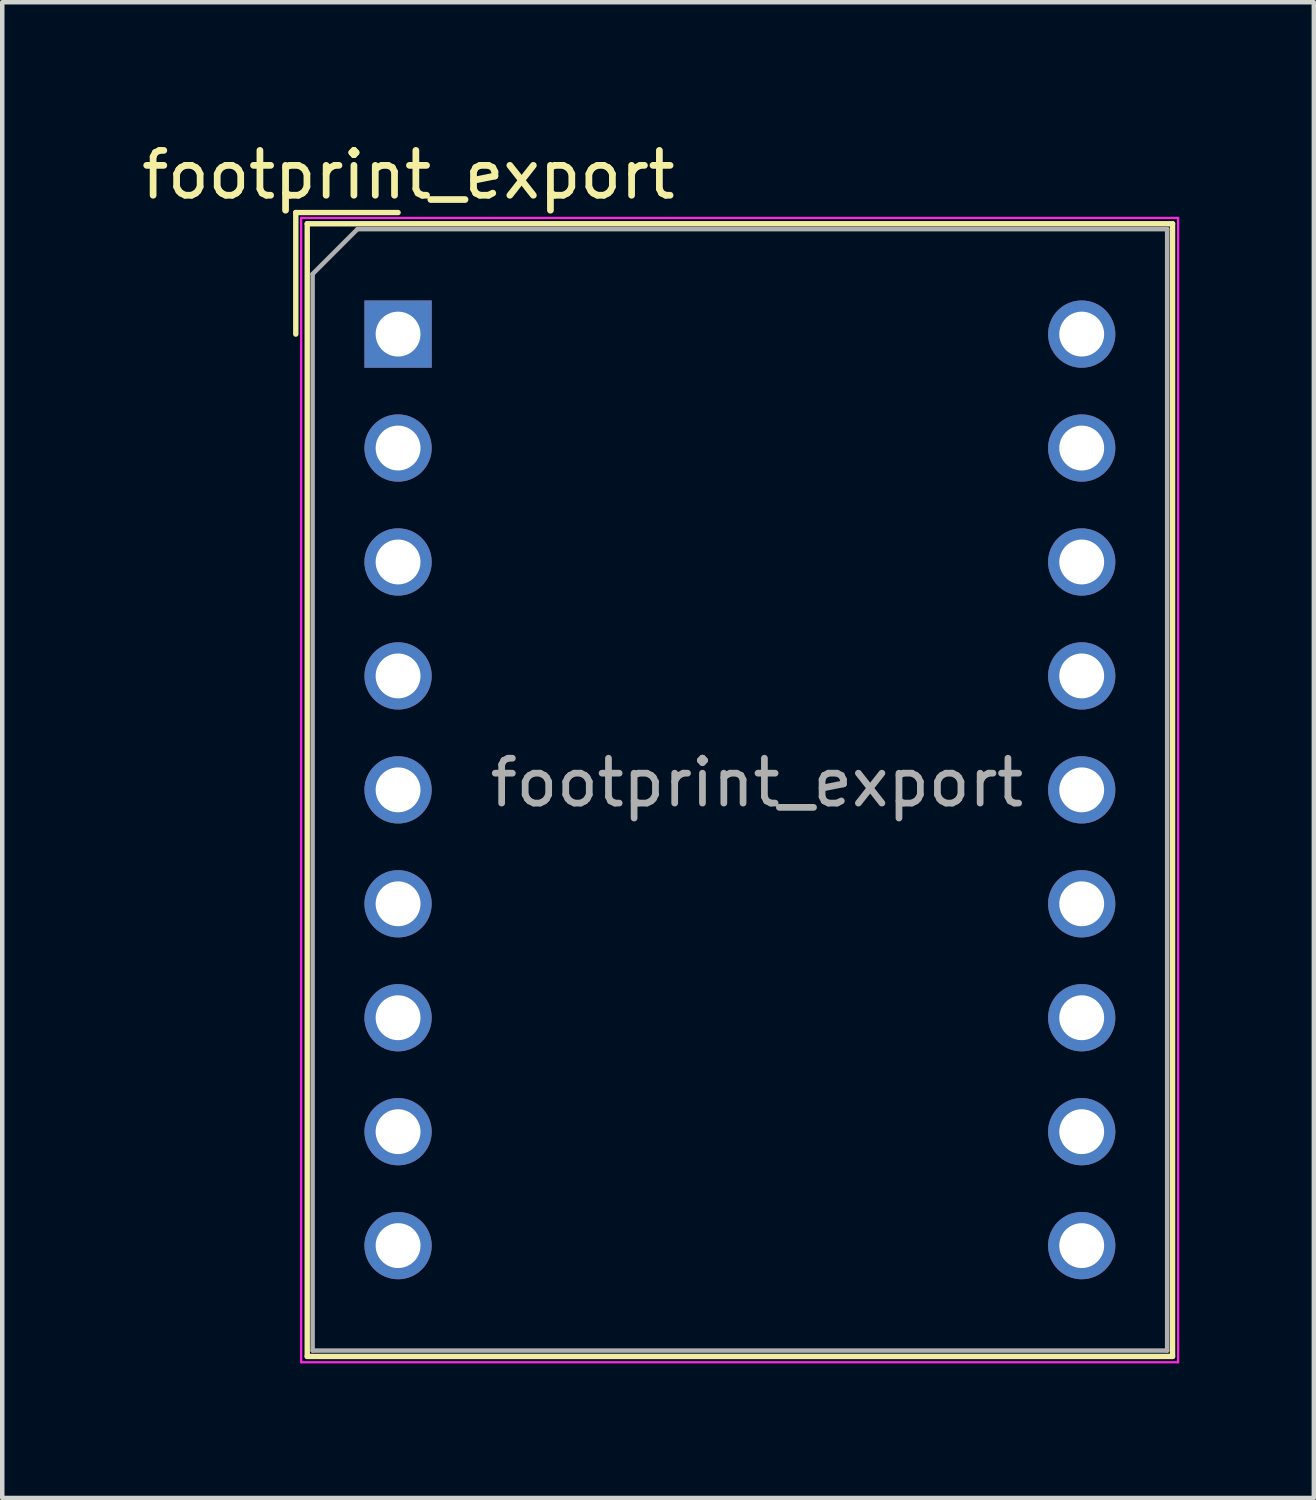
<source format=kicad_pcb>
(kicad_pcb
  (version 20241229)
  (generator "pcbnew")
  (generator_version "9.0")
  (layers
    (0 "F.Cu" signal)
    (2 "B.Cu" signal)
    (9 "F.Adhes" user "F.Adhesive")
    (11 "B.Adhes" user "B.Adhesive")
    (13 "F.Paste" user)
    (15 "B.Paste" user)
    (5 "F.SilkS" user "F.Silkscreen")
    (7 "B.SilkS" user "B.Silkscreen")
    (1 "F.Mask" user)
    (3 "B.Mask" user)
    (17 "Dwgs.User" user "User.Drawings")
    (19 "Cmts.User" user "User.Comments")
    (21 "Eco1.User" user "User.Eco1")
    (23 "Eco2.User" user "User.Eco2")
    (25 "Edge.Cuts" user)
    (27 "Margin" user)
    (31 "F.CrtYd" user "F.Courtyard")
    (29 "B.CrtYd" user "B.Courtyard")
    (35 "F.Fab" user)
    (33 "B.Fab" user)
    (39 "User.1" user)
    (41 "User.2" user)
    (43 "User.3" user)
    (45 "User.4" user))
  (footprint "footprint_export"
    (layer "F.Cu")
    (at 5.824 4.398)
    (property "Reference" "footprint_export" (at 0.23 -3.55 0) (layer "F.SilkS") (effects (font (size 1 1) (thickness 0.15))))
    (attr through_hole)
    (fp_line (start -2.28 -2.71) (end -2.28 0) (stroke (width 0.12) (type solid)) (layer "F.SilkS"))
    (fp_line (start -2.28 -2.71) (end 0 -2.71) (stroke (width 0.12) (type solid)) (layer "F.SilkS"))
    (fp_line (start -2.025 -2.46) (end 17.265 -2.46) (stroke (width 0.12) (type solid)) (layer "F.SilkS"))
    (fp_line (start -2.025 22.79) (end -2.025 -2.46) (stroke (width 0.12) (type solid)) (layer "F.SilkS"))
    (fp_line (start 17.265 -2.46) (end 17.265 22.79) (stroke (width 0.12) (type solid)) (layer "F.SilkS"))
    (fp_line (start 17.265 22.79) (end -2.025 22.79) (stroke (width 0.12) (type solid)) (layer "F.SilkS"))
    (fp_line (start -2.16 -2.59) (end 17.39 -2.59) (stroke (width 0.05) (type solid)) (layer "F.CrtYd"))
    (fp_line (start -2.16 22.92) (end -2.16 -2.59) (stroke (width 0.05) (type solid)) (layer "F.CrtYd"))
    (fp_line (start 17.39 -2.59) (end 17.39 22.92) (stroke (width 0.05) (type solid)) (layer "F.CrtYd"))
    (fp_line (start 17.39 22.92) (end -2.16 22.92) (stroke (width 0.05) (type solid)) (layer "F.CrtYd"))
    (fp_line (start -1.905 -1.34) (end -0.905 -2.34) (stroke (width 0.1) (type solid)) (layer "F.Fab"))
    (fp_line (start -1.905 22.66) (end -1.905 -1.34) (stroke (width 0.1) (type solid)) (layer "F.Fab"))
    (fp_line (start -0.905 -2.34) (end 17.145 -2.34) (stroke (width 0.1) (type solid)) (layer "F.Fab"))
    (fp_line (start 17.145 -2.34) (end 17.145 22.66) (stroke (width 0.1) (type solid)) (layer "F.Fab"))
    (fp_line (start 17.145 22.66) (end -1.905 22.66) (stroke (width 0.1) (type solid)) (layer "F.Fab"))
    (fp_text user "${REFERENCE}" (at 8 10 0) (layer "F.Fab") (effects (font (size 1 1) (thickness 0.15))))
    (pad "1" thru_hole rect (at 0 0) (size 1.5 1.5) (drill 1) (layers "*.Cu" "*.Mask"))
    (pad "2" thru_hole circle (at 0 2.54) (size 1.5 1.5) (drill 1) (layers "*.Cu" "*.Mask"))
    (pad "3" thru_hole circle (at 0 5.08) (size 1.5 1.5) (drill 1) (layers "*.Cu" "*.Mask"))
    (pad "4" thru_hole circle (at 0 7.62) (size 1.5 1.5) (drill 1) (layers "*.Cu" "*.Mask"))
    (pad "5" thru_hole circle (at 0 10.16) (size 1.5 1.5) (drill 1) (layers "*.Cu" "*.Mask"))
    (pad "6" thru_hole circle (at 0 12.7) (size 1.5 1.5) (drill 1) (layers "*.Cu" "*.Mask"))
    (pad "7" thru_hole circle (at 0 15.24) (size 1.5 1.5) (drill 1) (layers "*.Cu" "*.Mask"))
    (pad "8" thru_hole circle (at 0 17.78) (size 1.5 1.5) (drill 1) (layers "*.Cu" "*.Mask"))
    (pad "9" thru_hole circle (at 0 20.32) (size 1.5 1.5) (drill 1) (layers "*.Cu" "*.Mask"))
    (pad "10" thru_hole circle (at 15.24 20.32) (size 1.5 1.5) (drill 1) (layers "*.Cu" "*.Mask"))
    (pad "11" thru_hole circle (at 15.24 17.78) (size 1.5 1.5) (drill 1) (layers "*.Cu" "*.Mask"))
    (pad "12" thru_hole circle (at 15.24 15.24) (size 1.5 1.5) (drill 1) (layers "*.Cu" "*.Mask"))
    (pad "13" thru_hole circle (at 15.24 12.7) (size 1.5 1.5) (drill 1) (layers "*.Cu" "*.Mask"))
    (pad "14" thru_hole circle (at 15.24 10.16) (size 1.5 1.5) (drill 1) (layers "*.Cu" "*.Mask"))
    (pad "15" thru_hole circle (at 15.24 7.62) (size 1.5 1.5) (drill 1) (layers "*.Cu" "*.Mask"))
    (pad "16" thru_hole circle (at 15.24 5.08) (size 1.5 1.5) (drill 1) (layers "*.Cu" "*.Mask"))
    (pad "17" thru_hole circle (at 15.24 2.54) (size 1.5 1.5) (drill 1) (layers "*.Cu" "*.Mask"))
    (pad "18" thru_hole circle (at 15.24 0) (size 1.5 1.5) (drill 1) (layers "*.Cu" "*.Mask")))
  (gr_rect
    (start -3 -3)
    (end 26.239 30.343)
    (stroke (width 0.1) (type default))
    (fill no)
    (layer "Edge.Cuts")))
</source>
